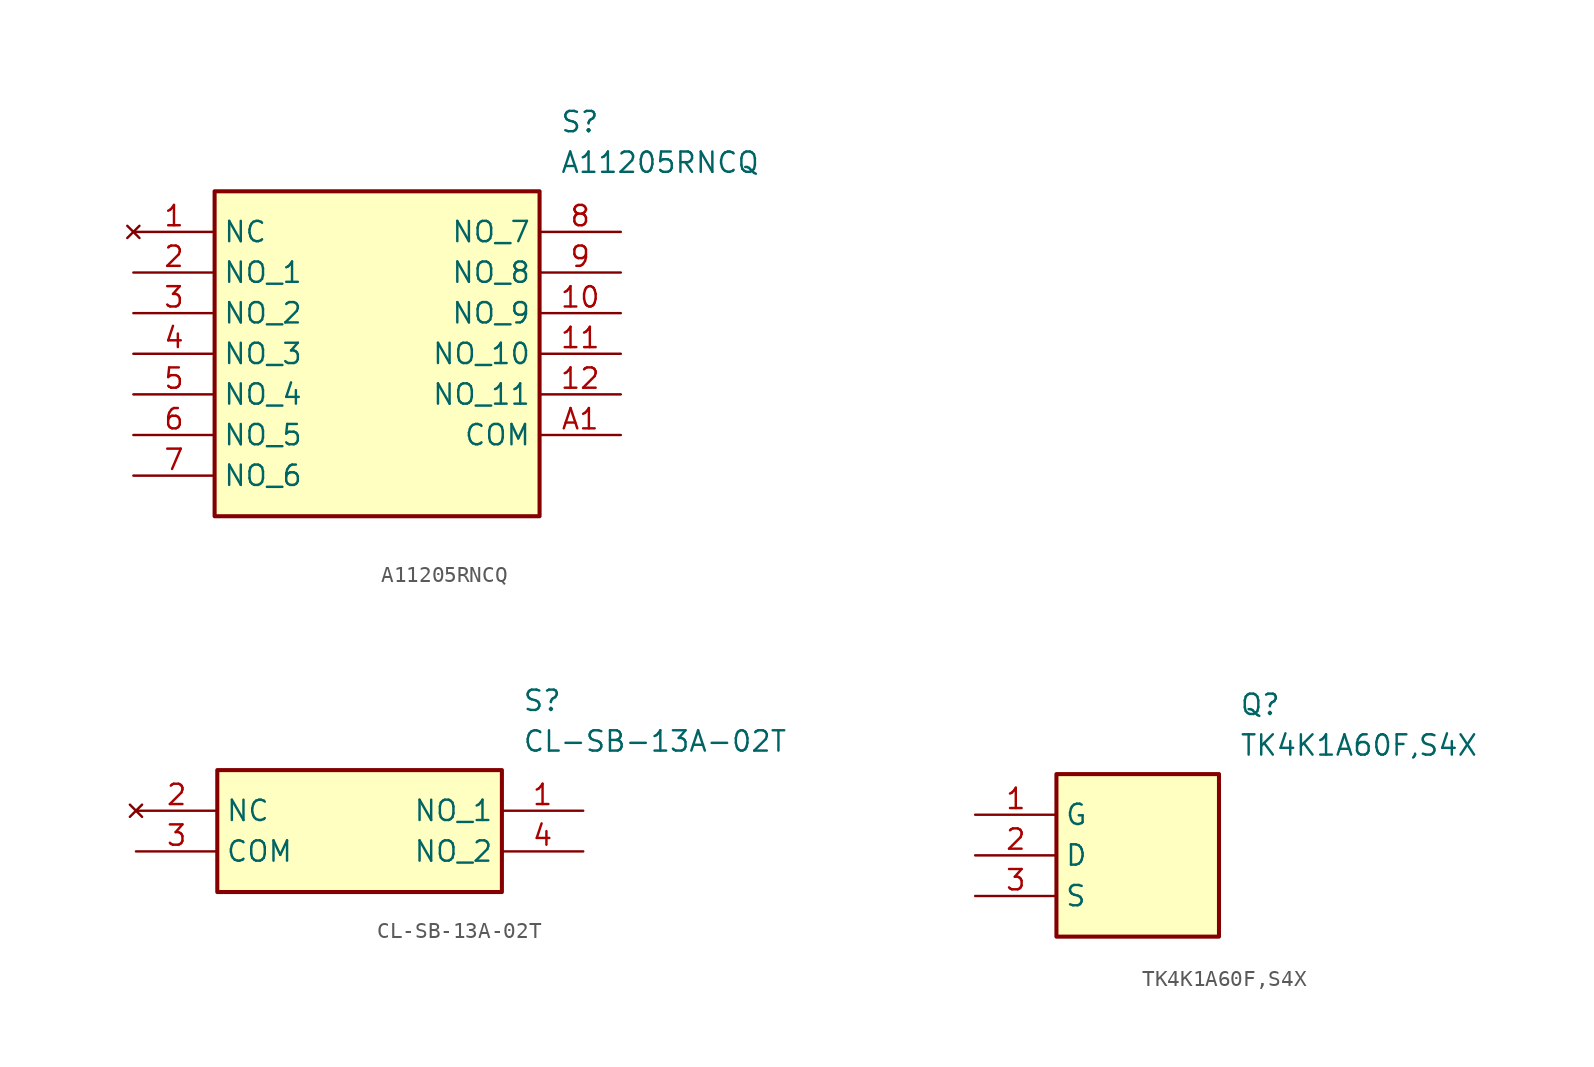
<source format=kicad_sym>
(kicad_symbol_lib
  (version 20220914)
  (generator kicad_symbol_editor)
  (symbol "A11205RNCQ"
    (property "Reference" "S"
      (at 26.67 7.62 0)
      (effects (font (size 1.27 1.27)) (justify left top)))
    (property "Value" "A11205RNCQ"
      (at 26.67 5.08 0)
      (effects (font (size 1.27 1.27)) (justify left top)))
    (symbol "A11205RNCQ_1_1"
      (rectangle (start 5.08 2.54) (end 25.4 -17.78) (stroke (width 0.254) (type default)) (fill (type background)))
      (pin no_connect line (at 0 0 0) (length 5.08) (name "NC" (effects (font (size 1.27 1.27)))) (number "1" (effects (font (size 1.27 1.27)))))
      (pin passive line (at 30.48 -5.08 180) (length 5.08) (name "NO_9" (effects (font (size 1.27 1.27)))) (number "10" (effects (font (size 1.27 1.27)))))
      (pin passive line (at 30.48 -7.62 180) (length 5.08) (name "NO_10" (effects (font (size 1.27 1.27)))) (number "11" (effects (font (size 1.27 1.27)))))
      (pin passive line (at 30.48 -10.16 180) (length 5.08) (name "NO_11" (effects (font (size 1.27 1.27)))) (number "12" (effects (font (size 1.27 1.27)))))
      (pin passive line (at 0 -2.54 0) (length 5.08) (name "NO_1" (effects (font (size 1.27 1.27)))) (number "2" (effects (font (size 1.27 1.27)))))
      (pin passive line (at 0 -5.08 0) (length 5.08) (name "NO_2" (effects (font (size 1.27 1.27)))) (number "3" (effects (font (size 1.27 1.27)))))
      (pin passive line (at 0 -7.62 0) (length 5.08) (name "NO_3" (effects (font (size 1.27 1.27)))) (number "4" (effects (font (size 1.27 1.27)))))
      (pin passive line (at 0 -10.16 0) (length 5.08) (name "NO_4" (effects (font (size 1.27 1.27)))) (number "5" (effects (font (size 1.27 1.27)))))
      (pin passive line (at 0 -12.7 0) (length 5.08) (name "NO_5" (effects (font (size 1.27 1.27)))) (number "6" (effects (font (size 1.27 1.27)))))
      (pin passive line (at 0 -15.24 0) (length 5.08) (name "NO_6" (effects (font (size 1.27 1.27)))) (number "7" (effects (font (size 1.27 1.27)))))
      (pin passive line (at 30.48 0 180) (length 5.08) (name "NO_7" (effects (font (size 1.27 1.27)))) (number "8" (effects (font (size 1.27 1.27)))))
      (pin passive line (at 30.48 -2.54 180) (length 5.08) (name "NO_8" (effects (font (size 1.27 1.27)))) (number "9" (effects (font (size 1.27 1.27)))))
      (pin passive line (at 30.48 -12.7 180) (length 5.08) (name "COM" (effects (font (size 1.27 1.27)))) (number "A1" (effects (font (size 1.27 1.27)))))))
  (symbol "CL-SB-13A-02T"
    (property "Reference" "S"
      (at 24.13 7.62 0)
      (effects (font (size 1.27 1.27)) (justify left top)))
    (property "Value" "CL-SB-13A-02T"
      (at 24.13 5.08 0)
      (effects (font (size 1.27 1.27)) (justify left top)))
    (symbol "CL-SB-13A-02T_1_1"
      (rectangle (start 5.08 2.54) (end 22.86 -5.08) (stroke (width 0.254) (type default)) (fill (type background)))
      (pin passive line (at 27.94 0 180) (length 5.08) (name "NO_1" (effects (font (size 1.27 1.27)))) (number "1" (effects (font (size 1.27 1.27)))))
      (pin no_connect line (at 0 0 0) (length 5.08) (name "NC" (effects (font (size 1.27 1.27)))) (number "2" (effects (font (size 1.27 1.27)))))
      (pin passive line (at 0 -2.54 0) (length 5.08) (name "COM" (effects (font (size 1.27 1.27)))) (number "3" (effects (font (size 1.27 1.27)))))
      (pin passive line (at 27.94 -2.54 180) (length 5.08) (name "NO_2" (effects (font (size 1.27 1.27)))) (number "4" (effects (font (size 1.27 1.27)))))))
  (symbol "TK4K1A60F,S4X"
    (property "Reference" "Q"
      (at 16.51 7.62 0)
      (effects (font (size 1.27 1.27)) (justify left top)))
    (property "Value" "TK4K1A60F,S4X"
      (at 16.51 5.08 0)
      (effects (font (size 1.27 1.27)) (justify left top)))
    (symbol "TK4K1A60F,S4X_1_1"
      (rectangle (start 5.08 2.54) (end 15.24 -7.62) (stroke (width 0.254) (type default)) (fill (type background)))
      (pin passive line (at 0 0 0) (length 5.08) (name "G" (effects (font (size 1.27 1.27)))) (number "1" (effects (font (size 1.27 1.27)))))
      (pin passive line (at 0 -2.54 0) (length 5.08) (name "D" (effects (font (size 1.27 1.27)))) (number "2" (effects (font (size 1.27 1.27)))))
      (pin passive line (at 0 -5.08 0) (length 5.08) (name "S" (effects (font (size 1.27 1.27)))) (number "3" (effects (font (size 1.27 1.27))))))))
</source>
